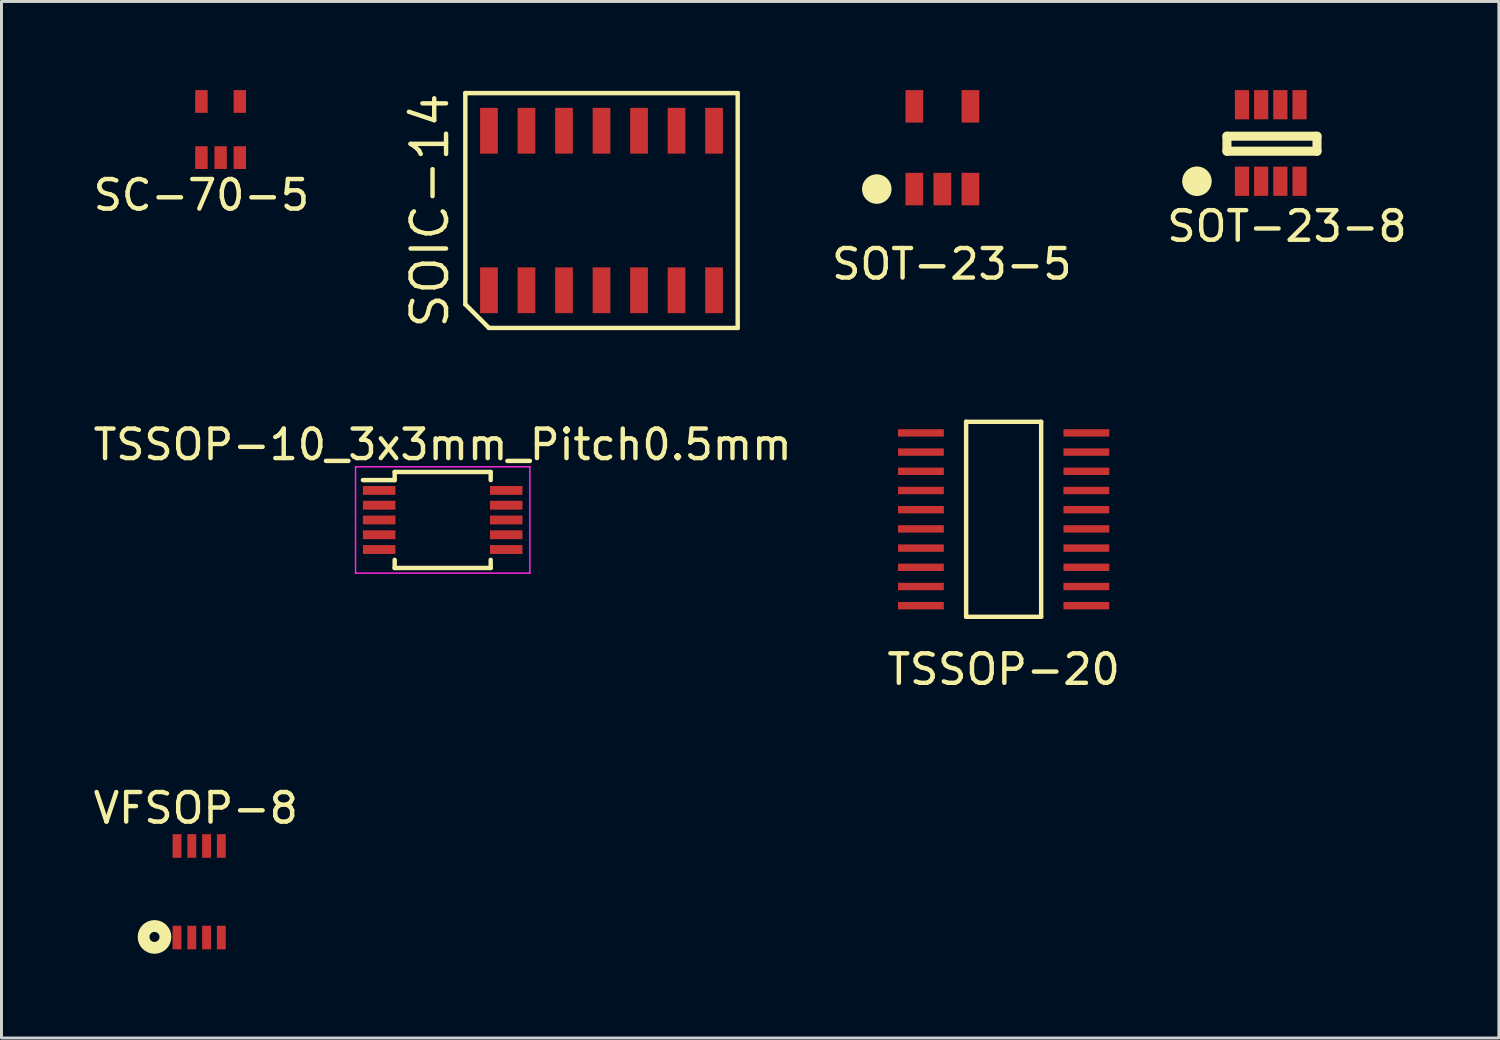
<source format=kicad_pcb>
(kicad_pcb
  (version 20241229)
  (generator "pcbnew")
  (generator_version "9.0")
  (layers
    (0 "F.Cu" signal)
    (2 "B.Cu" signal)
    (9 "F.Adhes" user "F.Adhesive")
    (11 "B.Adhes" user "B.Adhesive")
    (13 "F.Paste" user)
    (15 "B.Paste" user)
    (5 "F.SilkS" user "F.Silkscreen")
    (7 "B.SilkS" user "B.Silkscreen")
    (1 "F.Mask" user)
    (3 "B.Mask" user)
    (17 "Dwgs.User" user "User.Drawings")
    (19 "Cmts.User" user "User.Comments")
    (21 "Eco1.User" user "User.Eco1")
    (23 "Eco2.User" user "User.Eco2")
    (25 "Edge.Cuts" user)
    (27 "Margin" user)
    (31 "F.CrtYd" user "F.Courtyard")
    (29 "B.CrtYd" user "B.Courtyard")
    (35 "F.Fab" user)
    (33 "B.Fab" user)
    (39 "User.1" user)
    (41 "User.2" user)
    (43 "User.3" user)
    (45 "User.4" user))
  (footprint "SOIC-14"
    (layer "F.Cu")
    (at 17.311 4.076)
    (property "Reference" "SOIC-14" (at -5.81 0 90) (layer "F.SilkS") (effects (font (size 1.2 1.2) (thickness 0.15))))
    (attr through_hole)
    (fp_line (start -4.61 -3.975) (end 4.61 -3.975) (stroke (width 0.15) (type solid)) (layer "F.SilkS"))
    (fp_line (start -4.61 3.175) (end -4.61 -3.975) (stroke (width 0.15) (type solid)) (layer "F.SilkS"))
    (fp_line (start -3.81 3.975) (end -4.61 3.175) (stroke (width 0.15) (type solid)) (layer "F.SilkS"))
    (fp_line (start 4.61 -3.975) (end 4.61 3.975) (stroke (width 0.15) (type solid)) (layer "F.SilkS"))
    (fp_line (start 4.61 3.975) (end -3.81 3.975) (stroke (width 0.15) (type solid)) (layer "F.SilkS"))
    (pad "1" smd rect (at -3.81 2.7) (size 0.6 1.55) (layers "F.Cu" "F.Mask" "F.Paste"))
    (pad "2" smd rect (at -2.54 2.7) (size 0.6 1.55) (layers "F.Cu" "F.Mask" "F.Paste"))
    (pad "3" smd rect (at -1.27 2.7) (size 0.6 1.55) (layers "F.Cu" "F.Mask" "F.Paste"))
    (pad "4" smd rect (at 0 2.7) (size 0.6 1.55) (layers "F.Cu" "F.Mask" "F.Paste"))
    (pad "5" smd rect (at 1.27 2.7) (size 0.6 1.55) (layers "F.Cu" "F.Mask" "F.Paste"))
    (pad "6" smd rect (at 2.54 2.7) (size 0.6 1.55) (layers "F.Cu" "F.Mask" "F.Paste"))
    (pad "7" smd rect (at 3.81 2.7) (size 0.6 1.55) (layers "F.Cu" "F.Mask" "F.Paste"))
    (pad "8" smd rect (at 3.81 -2.7) (size 0.6 1.55) (layers "F.Cu" "F.Mask" "F.Paste"))
    (pad "9" smd rect (at 2.54 -2.7) (size 0.6 1.55) (layers "F.Cu" "F.Mask" "F.Paste"))
    (pad "10" smd rect (at 1.27 -2.7) (size 0.6 1.55) (layers "F.Cu" "F.Mask" "F.Paste"))
    (pad "11" smd rect (at 0 -2.7) (size 0.6 1.55) (layers "F.Cu" "F.Mask" "F.Paste"))
    (pad "12" smd rect (at -1.27 -2.7) (size 0.6 1.55) (layers "F.Cu" "F.Mask" "F.Paste"))
    (pad "13" smd rect (at -2.54 -2.7) (size 0.6 1.55) (layers "F.Cu" "F.Mask" "F.Paste"))
    (pad "14" smd rect (at -3.81 -2.7) (size 0.6 1.55) (layers "F.Cu" "F.Mask" "F.Paste")))
  (footprint "SOT-23-8"
    (layer "F.Cu")
    (at 38.99 3.085)
    (property "Reference" "SOT-23-8" (at 1.524 1.524 0) (layer "F.SilkS") (effects (font (size 1 1) (thickness 0.15))))
    (attr through_hole)
    (fp_line (start -0.508 -1.524) (end 2.54 -1.524) (stroke (width 0.307) (type solid)) (layer "F.SilkS"))
    (fp_line (start -0.508 -1.016) (end -0.508 -1.524) (stroke (width 0.307) (type solid)) (layer "F.SilkS"))
    (fp_line (start 2.54 -1.524) (end 2.54 -1.016) (stroke (width 0.307) (type solid)) (layer "F.SilkS"))
    (fp_line (start 2.54 -1.016) (end -0.508 -1.016) (stroke (width 0.307) (type solid)) (layer "F.SilkS"))
    (fp_circle (center -1.524 0) (end -1.274 0) (stroke (width 0.5) (type solid)) (fill no) (layer "F.SilkS"))
    (pad "1" smd rect (at 0 0) (size 0.48 0.99) (layers "F.Cu" "F.Mask" "F.Paste"))
    (pad "2" smd rect (at 0.65 0) (size 0.48 0.99) (layers "F.Cu" "F.Mask" "F.Paste"))
    (pad "3" smd rect (at 1.3 0) (size 0.48 0.99) (layers "F.Cu" "F.Mask" "F.Paste"))
    (pad "4" smd rect (at 1.95 0) (size 0.48 0.99) (layers "F.Cu" "F.Mask" "F.Paste"))
    (pad "5" smd rect (at 1.95 -2.59) (size 0.48 0.99) (layers "F.Cu" "F.Mask" "F.Paste"))
    (pad "6" smd rect (at 1.3 -2.59) (size 0.48 0.99) (layers "F.Cu" "F.Mask" "F.Paste"))
    (pad "7" smd rect (at 0.65 -2.59) (size 0.48 0.99) (layers "F.Cu" "F.Mask" "F.Paste"))
    (pad "8" smd rect (at 0 -2.59) (size 0.48 0.99) (layers "F.Cu" "F.Mask" "F.Paste")))
  (footprint "VFSOP-8"
    (layer "F.Cu")
    (at 2.942 28.686)
    (property "Reference" "VFSOP-8" (at 0.635 -4.381 0) (layer "F.SilkS") (effects (font (size 1 1) (thickness 0.15))))
    (attr through_hole)
    (fp_circle (center -0.762 -0.021) (end -0.592 -0.021) (stroke (width 0.4) (type solid)) (fill no) (layer "F.SilkS"))
    (pad "1" smd rect (at 0 0) (size 0.3 0.8) (layers "F.Cu" "F.Mask" "F.Paste"))
    (pad "2" smd rect (at 0.5 0) (size 0.3 0.8) (layers "F.Cu" "F.Mask" "F.Paste"))
    (pad "3" smd rect (at 1 0) (size 0.3 0.8) (layers "F.Cu" "F.Mask" "F.Paste"))
    (pad "4" smd rect (at 1.5 0) (size 0.3 0.8) (layers "F.Cu" "F.Mask" "F.Paste"))
    (pad "5" smd rect (at 0 -3.1) (size 0.3 0.8) (layers "F.Cu" "F.Mask" "F.Paste"))
    (pad "6" smd rect (at 0.5 -3.1) (size 0.3 0.8) (layers "F.Cu" "F.Mask" "F.Paste"))
    (pad "7" smd rect (at 1 -3.1) (size 0.3 0.8) (layers "F.Cu" "F.Mask" "F.Paste"))
    (pad "8" smd rect (at 1.5 -3.1) (size 0.3 0.8) (layers "F.Cu" "F.Mask" "F.Paste")))
  (footprint "TSSOP-20"
    (layer "F.Cu")
    (at 30.923 14.528)
    (property "Reference" "TSSOP-20" (at 0 5.08 0) (layer "F.SilkS") (effects (font (size 1 1) (thickness 0.15))))
    (attr through_hole)
    (fp_line (start -1.27 -3.3) (end -1.27 3.3) (stroke (width 0.15) (type solid)) (layer "F.SilkS"))
    (fp_line (start -1.27 3.3) (end 1.27 3.3) (stroke (width 0.15) (type solid)) (layer "F.SilkS"))
    (fp_line (start 1.27 -3.3) (end -1.27 -3.3) (stroke (width 0.15) (type solid)) (layer "F.SilkS"))
    (fp_line (start 1.27 -3.3) (end 1.27 3.3) (stroke (width 0.15) (type solid)) (layer "F.SilkS"))
    (pad "1" smd rect (at -2.8 -2.925) (size 1.55 0.25) (layers "F.Cu" "F.Mask" "F.Paste"))
    (pad "2" smd rect (at -2.8 -2.275) (size 1.55 0.25) (layers "F.Cu" "F.Mask" "F.Paste"))
    (pad "3" smd rect (at -2.8 -1.625) (size 1.55 0.25) (layers "F.Cu" "F.Mask" "F.Paste"))
    (pad "4" smd rect (at -2.8 -0.975) (size 1.55 0.25) (layers "F.Cu" "F.Mask" "F.Paste"))
    (pad "5" smd rect (at -2.8 -0.325) (size 1.55 0.25) (layers "F.Cu" "F.Mask" "F.Paste"))
    (pad "6" smd rect (at -2.8 0.325) (size 1.55 0.25) (layers "F.Cu" "F.Mask" "F.Paste"))
    (pad "7" smd rect (at -2.8 0.975) (size 1.55 0.25) (layers "F.Cu" "F.Mask" "F.Paste"))
    (pad "8" smd rect (at -2.8 1.625) (size 1.55 0.25) (layers "F.Cu" "F.Mask" "F.Paste"))
    (pad "9" smd rect (at -2.8 2.275) (size 1.55 0.25) (layers "F.Cu" "F.Mask" "F.Paste"))
    (pad "10" smd rect (at -2.8 2.925) (size 1.55 0.25) (layers "F.Cu" "F.Mask" "F.Paste"))
    (pad "11" smd rect (at 2.8 2.925) (size 1.55 0.25) (layers "F.Cu" "F.Mask" "F.Paste"))
    (pad "12" smd rect (at 2.8 2.275) (size 1.55 0.25) (layers "F.Cu" "F.Mask" "F.Paste"))
    (pad "13" smd rect (at 2.8 1.625) (size 1.55 0.25) (layers "F.Cu" "F.Mask" "F.Paste"))
    (pad "14" smd rect (at 2.8 0.975) (size 1.55 0.25) (layers "F.Cu" "F.Mask" "F.Paste"))
    (pad "15" smd rect (at 2.8 0.325) (size 1.55 0.25) (layers "F.Cu" "F.Mask" "F.Paste"))
    (pad "16" smd rect (at 2.8 -0.325) (size 1.55 0.25) (layers "F.Cu" "F.Mask" "F.Paste"))
    (pad "17" smd rect (at 2.8 -0.975) (size 1.55 0.25) (layers "F.Cu" "F.Mask" "F.Paste"))
    (pad "18" smd rect (at 2.8 -1.625) (size 1.55 0.25) (layers "F.Cu" "F.Mask" "F.Paste"))
    (pad "19" smd rect (at 2.8 -2.275) (size 1.55 0.25) (layers "F.Cu" "F.Mask" "F.Paste"))
    (pad "20" smd rect (at 2.8 -2.925) (size 1.55 0.25) (layers "F.Cu" "F.Mask" "F.Paste")))
  (footprint "TSSOP-10_3x3mm_Pitch0.5mm"
    (layer "F.Cu")
    (at 11.935 14.551)
    (property "Reference" "TSSOP-10_3x3mm_Pitch0.5mm" (at 0 -2.55 0) (layer "F.SilkS") (effects (font (size 1 1) (thickness 0.15))))
    (attr smd)
    (fp_line (start -1.625 -1.625) (end -1.625 -1.35) (stroke (width 0.15) (type solid)) (layer "F.SilkS"))
    (fp_line (start -1.625 -1.625) (end 1.625 -1.625) (stroke (width 0.15) (type solid)) (layer "F.SilkS"))
    (fp_line (start -1.625 -1.35) (end -2.7 -1.35) (stroke (width 0.15) (type solid)) (layer "F.SilkS"))
    (fp_line (start -1.625 1.625) (end -1.625 1.35) (stroke (width 0.15) (type solid)) (layer "F.SilkS"))
    (fp_line (start -1.625 1.625) (end 1.625 1.625) (stroke (width 0.15) (type solid)) (layer "F.SilkS"))
    (fp_line (start 1.625 -1.625) (end 1.625 -1.35) (stroke (width 0.15) (type solid)) (layer "F.SilkS"))
    (fp_line (start 1.625 1.625) (end 1.625 1.35) (stroke (width 0.15) (type solid)) (layer "F.SilkS"))
    (fp_line (start -2.95 -1.8) (end -2.95 1.8) (stroke (width 0.05) (type solid)) (layer "F.CrtYd"))
    (fp_line (start -2.95 -1.8) (end 2.95 -1.8) (stroke (width 0.05) (type solid)) (layer "F.CrtYd"))
    (fp_line (start -2.95 1.8) (end 2.95 1.8) (stroke (width 0.05) (type solid)) (layer "F.CrtYd"))
    (fp_line (start 2.95 -1.8) (end 2.95 1.8) (stroke (width 0.05) (type solid)) (layer "F.CrtYd"))
    (pad "1" smd rect (at -2.15 -1) (size 1.1 0.3) (layers "F.Cu" "F.Mask" "F.Paste"))
    (pad "2" smd rect (at -2.15 -0.5) (size 1.1 0.3) (layers "F.Cu" "F.Mask" "F.Paste"))
    (pad "3" smd rect (at -2.15 0) (size 1.1 0.3) (layers "F.Cu" "F.Mask" "F.Paste"))
    (pad "4" smd rect (at -2.15 0.5) (size 1.1 0.3) (layers "F.Cu" "F.Mask" "F.Paste"))
    (pad "5" smd rect (at -2.15 1) (size 1.1 0.3) (layers "F.Cu" "F.Mask" "F.Paste"))
    (pad "6" smd rect (at 2.15 1) (size 1.1 0.3) (layers "F.Cu" "F.Mask" "F.Paste"))
    (pad "7" smd rect (at 2.15 0.5) (size 1.1 0.3) (layers "F.Cu" "F.Mask" "F.Paste"))
    (pad "8" smd rect (at 2.15 0) (size 1.1 0.3) (layers "F.Cu" "F.Mask" "F.Paste"))
    (pad "9" smd rect (at 2.15 -0.5) (size 1.1 0.3) (layers "F.Cu" "F.Mask" "F.Paste"))
    (pad "10" smd rect (at 2.15 -1) (size 1.1 0.3) (layers "F.Cu" "F.Mask" "F.Paste")))
  (footprint "SOT-23-5"
    (layer "F.Cu")
    (at 27.899 3.35)
    (property "Reference" "SOT-23-5" (at 1.27 2.54 0) (layer "F.SilkS") (effects (font (size 1 1) (thickness 0.15))))
    (attr through_hole)
    (fp_circle (center -1.27 0) (end -1.02 0) (stroke (width 0.5) (type solid)) (fill no) (layer "F.SilkS"))
    (pad "1" smd rect (at 0 0) (size 0.6 1.1) (layers "F.Cu" "F.Mask" "F.Paste"))
    (pad "2" smd rect (at 0.95 0) (size 0.6 1.1) (layers "F.Cu" "F.Mask" "F.Paste"))
    (pad "3" smd rect (at 1.9 0) (size 0.6 1.1) (layers "F.Cu" "F.Mask" "F.Paste"))
    (pad "4" smd rect (at 1.9 -2.8) (size 0.6 1.1) (layers "F.Cu" "F.Mask" "F.Paste"))
    (pad "5" smd rect (at 0 -2.8) (size 0.6 1.1) (layers "F.Cu" "F.Mask" "F.Paste")))
  (footprint "SC-70-5"
    (layer "F.Cu")
    (at 3.768 2.285)
    (property "Reference" "SC-70-5" (at 0 1.27 0) (layer "F.SilkS") (effects (font (size 1 1) (thickness 0.15))))
    (attr through_hole)
    (pad "1" smd rect (at 0 0) (size 0.42 0.77) (layers "F.Cu" "F.Mask" "F.Paste"))
    (pad "2" smd rect (at 0.65 0) (size 0.42 0.77) (layers "F.Cu" "F.Mask" "F.Paste"))
    (pad "3" smd rect (at 1.3 0) (size 0.42 0.77) (layers "F.Cu" "F.Mask" "F.Paste"))
    (pad "4" smd rect (at 1.3 -1.9) (size 0.42 0.77) (layers "F.Cu" "F.Mask" "F.Paste"))
    (pad "5" smd rect (at 0 -1.9) (size 0.42 0.77) (layers "F.Cu" "F.Mask" "F.Paste")))
  (gr_rect
    (start -3 -3)
    (end 47.686 32.086)
    (stroke (width 0.1) (type default))
    (fill no)
    (layer "Edge.Cuts")))
</source>
